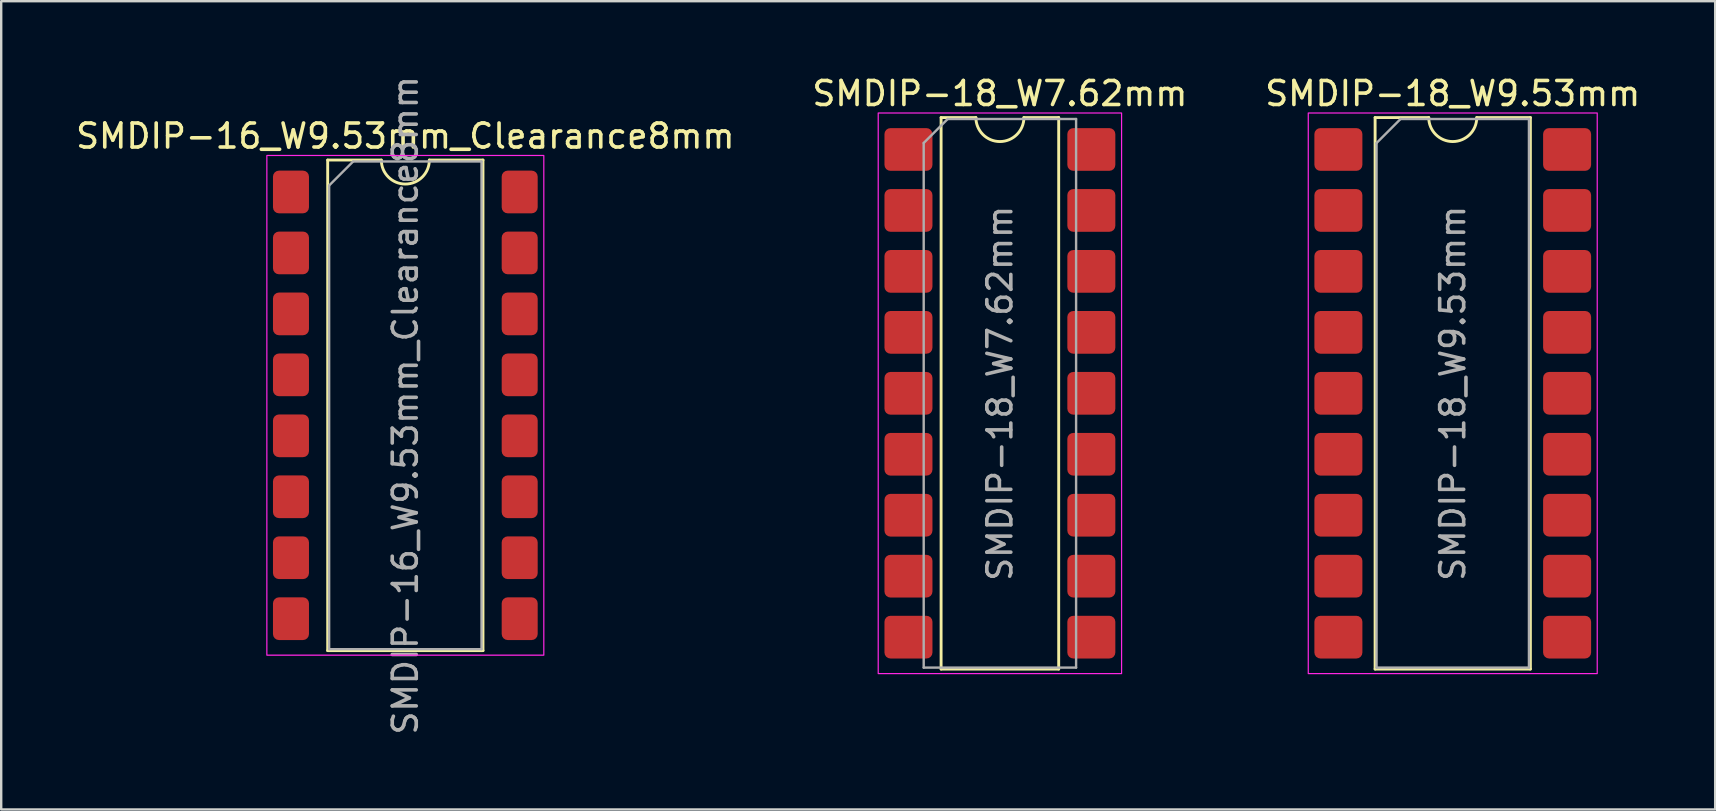
<source format=kicad_pcb>
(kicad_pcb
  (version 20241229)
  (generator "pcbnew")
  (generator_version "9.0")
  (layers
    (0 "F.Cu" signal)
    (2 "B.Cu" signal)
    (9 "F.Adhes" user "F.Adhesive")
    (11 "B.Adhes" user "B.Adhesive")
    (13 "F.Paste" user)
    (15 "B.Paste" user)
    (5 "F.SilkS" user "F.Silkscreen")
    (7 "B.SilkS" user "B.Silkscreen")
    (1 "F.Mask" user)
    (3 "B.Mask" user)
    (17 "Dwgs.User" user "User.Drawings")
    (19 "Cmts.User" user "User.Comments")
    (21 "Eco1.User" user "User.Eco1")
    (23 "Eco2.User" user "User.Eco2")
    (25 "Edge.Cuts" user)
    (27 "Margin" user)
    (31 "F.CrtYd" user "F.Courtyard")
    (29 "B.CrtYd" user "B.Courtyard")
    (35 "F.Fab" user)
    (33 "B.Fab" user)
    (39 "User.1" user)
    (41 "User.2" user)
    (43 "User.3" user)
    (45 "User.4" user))
  (footprint "SMDIP-16_W9.53mm_Clearance8mm"
    (layer "F.Cu")
    (at 13.839 13.839)
    (property "Reference" "SMDIP-16_W9.53mm_Clearance8mm" (at 0 -11.22 0) (layer "F.SilkS") (effects (font (size 1 1) (thickness 0.15))))
    (attr smd)
    (fp_line (start -3.235 -10.22) (end -3.235 10.22) (stroke (width 0.12) (type solid)) (layer "F.SilkS"))
    (fp_line (start -3.235 10.22) (end 3.235 10.22) (stroke (width 0.12) (type solid)) (layer "F.SilkS"))
    (fp_line (start -1 -10.22) (end -3.235 -10.22) (stroke (width 0.12) (type solid)) (layer "F.SilkS"))
    (fp_line (start 3.235 -10.22) (end 1 -10.22) (stroke (width 0.12) (type solid)) (layer "F.SilkS"))
    (fp_line (start 3.235 10.22) (end 3.235 -10.22) (stroke (width 0.12) (type solid)) (layer "F.SilkS"))
    (fp_arc (start 1 -10.22) (mid 0 -9.22) (end -1 -10.22) (stroke (width 0.12) (type solid)) (layer "F.SilkS"))
    (fp_rect (start -5.77 -10.41) (end 5.77 10.41) (stroke (width 0.05) (type solid)) (fill no) (layer "F.CrtYd"))
    (fp_line (start -3.175 -9.16) (end -2.175 -10.16) (stroke (width 0.1) (type solid)) (layer "F.Fab"))
    (fp_line (start -3.175 10.16) (end -3.175 -9.16) (stroke (width 0.1) (type solid)) (layer "F.Fab"))
    (fp_line (start -2.175 -10.16) (end 3.175 -10.16) (stroke (width 0.1) (type solid)) (layer "F.Fab"))
    (fp_line (start 3.175 -10.16) (end 3.175 10.16) (stroke (width 0.1) (type solid)) (layer "F.Fab"))
    (fp_line (start 3.175 10.16) (end -3.175 10.16) (stroke (width 0.1) (type solid)) (layer "F.Fab"))
    (fp_text user "${REFERENCE}" (at 0 0 90) (layer "F.Fab") (effects (font (size 1 1) (thickness 0.15))))
    (pad "1" smd roundrect (at -4.765 -8.89) (size 1.5 1.78) (layers "F.Cu" "F.Mask" "F.Paste") (roundrect_rratio 0.167))
    (pad "2" smd roundrect (at -4.765 -6.35) (size 1.5 1.78) (layers "F.Cu" "F.Mask" "F.Paste") (roundrect_rratio 0.167))
    (pad "3" smd roundrect (at -4.765 -3.81) (size 1.5 1.78) (layers "F.Cu" "F.Mask" "F.Paste") (roundrect_rratio 0.167))
    (pad "4" smd roundrect (at -4.765 -1.27) (size 1.5 1.78) (layers "F.Cu" "F.Mask" "F.Paste") (roundrect_rratio 0.167))
    (pad "5" smd roundrect (at -4.765 1.27) (size 1.5 1.78) (layers "F.Cu" "F.Mask" "F.Paste") (roundrect_rratio 0.167))
    (pad "6" smd roundrect (at -4.765 3.81) (size 1.5 1.78) (layers "F.Cu" "F.Mask" "F.Paste") (roundrect_rratio 0.167))
    (pad "7" smd roundrect (at -4.765 6.35) (size 1.5 1.78) (layers "F.Cu" "F.Mask" "F.Paste") (roundrect_rratio 0.167))
    (pad "8" smd roundrect (at -4.765 8.89) (size 1.5 1.78) (layers "F.Cu" "F.Mask" "F.Paste") (roundrect_rratio 0.167))
    (pad "9" smd roundrect (at 4.765 8.89) (size 1.5 1.78) (layers "F.Cu" "F.Mask" "F.Paste") (roundrect_rratio 0.167))
    (pad "10" smd roundrect (at 4.765 6.35) (size 1.5 1.78) (layers "F.Cu" "F.Mask" "F.Paste") (roundrect_rratio 0.167))
    (pad "11" smd roundrect (at 4.765 3.81) (size 1.5 1.78) (layers "F.Cu" "F.Mask" "F.Paste") (roundrect_rratio 0.167))
    (pad "12" smd roundrect (at 4.765 1.27) (size 1.5 1.78) (layers "F.Cu" "F.Mask" "F.Paste") (roundrect_rratio 0.167))
    (pad "13" smd roundrect (at 4.765 -1.27) (size 1.5 1.78) (layers "F.Cu" "F.Mask" "F.Paste") (roundrect_rratio 0.167))
    (pad "14" smd roundrect (at 4.765 -3.81) (size 1.5 1.78) (layers "F.Cu" "F.Mask" "F.Paste") (roundrect_rratio 0.167))
    (pad "15" smd roundrect (at 4.765 -6.35) (size 1.5 1.78) (layers "F.Cu" "F.Mask" "F.Paste") (roundrect_rratio 0.167))
    (pad "16" smd roundrect (at 4.765 -8.89) (size 1.5 1.78) (layers "F.Cu" "F.Mask" "F.Paste") (roundrect_rratio 0.167)))
  (footprint "SMDIP-18_W7.62mm"
    (layer "F.Cu")
    (at 38.613 13.338)
    (property "Reference" "SMDIP-18_W7.62mm" (at 0 -12.49 0) (layer "F.SilkS") (effects (font (size 1 1) (thickness 0.15))))
    (attr smd)
    (fp_line (start -2.45 -11.49) (end -2.45 11.49) (stroke (width 0.12) (type solid)) (layer "F.SilkS"))
    (fp_line (start -2.45 11.49) (end 2.45 11.49) (stroke (width 0.12) (type solid)) (layer "F.SilkS"))
    (fp_line (start -1 -11.49) (end -2.45 -11.49) (stroke (width 0.12) (type solid)) (layer "F.SilkS"))
    (fp_line (start 2.45 -11.49) (end 1 -11.49) (stroke (width 0.12) (type solid)) (layer "F.SilkS"))
    (fp_line (start 2.45 11.49) (end 2.45 -11.49) (stroke (width 0.12) (type solid)) (layer "F.SilkS"))
    (fp_arc (start 1 -11.49) (mid 0 -10.49) (end -1 -11.49) (stroke (width 0.12) (type solid)) (layer "F.SilkS"))
    (fp_rect (start -5.07 -11.68) (end 5.07 11.68) (stroke (width 0.05) (type solid)) (fill no) (layer "F.CrtYd"))
    (fp_line (start -3.175 -10.43) (end -2.175 -11.43) (stroke (width 0.1) (type solid)) (layer "F.Fab"))
    (fp_line (start -3.175 11.43) (end -3.175 -10.43) (stroke (width 0.1) (type solid)) (layer "F.Fab"))
    (fp_line (start -2.175 -11.43) (end 3.175 -11.43) (stroke (width 0.1) (type solid)) (layer "F.Fab"))
    (fp_line (start 3.175 -11.43) (end 3.175 11.43) (stroke (width 0.1) (type solid)) (layer "F.Fab"))
    (fp_line (start 3.175 11.43) (end -3.175 11.43) (stroke (width 0.1) (type solid)) (layer "F.Fab"))
    (fp_text user "${REFERENCE}" (at 0 0 90) (layer "F.Fab") (effects (font (size 1 1) (thickness 0.15))))
    (pad "1" smd roundrect (at -3.81 -10.16) (size 2 1.78) (layers "F.Cu" "F.Mask" "F.Paste") (roundrect_rratio 0.14))
    (pad "2" smd roundrect (at -3.81 -7.62) (size 2 1.78) (layers "F.Cu" "F.Mask" "F.Paste") (roundrect_rratio 0.14))
    (pad "3" smd roundrect (at -3.81 -5.08) (size 2 1.78) (layers "F.Cu" "F.Mask" "F.Paste") (roundrect_rratio 0.14))
    (pad "4" smd roundrect (at -3.81 -2.54) (size 2 1.78) (layers "F.Cu" "F.Mask" "F.Paste") (roundrect_rratio 0.14))
    (pad "5" smd roundrect (at -3.81 0) (size 2 1.78) (layers "F.Cu" "F.Mask" "F.Paste") (roundrect_rratio 0.14))
    (pad "6" smd roundrect (at -3.81 2.54) (size 2 1.78) (layers "F.Cu" "F.Mask" "F.Paste") (roundrect_rratio 0.14))
    (pad "7" smd roundrect (at -3.81 5.08) (size 2 1.78) (layers "F.Cu" "F.Mask" "F.Paste") (roundrect_rratio 0.14))
    (pad "8" smd roundrect (at -3.81 7.62) (size 2 1.78) (layers "F.Cu" "F.Mask" "F.Paste") (roundrect_rratio 0.14))
    (pad "9" smd roundrect (at -3.81 10.16) (size 2 1.78) (layers "F.Cu" "F.Mask" "F.Paste") (roundrect_rratio 0.14))
    (pad "10" smd roundrect (at 3.81 10.16) (size 2 1.78) (layers "F.Cu" "F.Mask" "F.Paste") (roundrect_rratio 0.14))
    (pad "11" smd roundrect (at 3.81 7.62) (size 2 1.78) (layers "F.Cu" "F.Mask" "F.Paste") (roundrect_rratio 0.14))
    (pad "12" smd roundrect (at 3.81 5.08) (size 2 1.78) (layers "F.Cu" "F.Mask" "F.Paste") (roundrect_rratio 0.14))
    (pad "13" smd roundrect (at 3.81 2.54) (size 2 1.78) (layers "F.Cu" "F.Mask" "F.Paste") (roundrect_rratio 0.14))
    (pad "14" smd roundrect (at 3.81 0) (size 2 1.78) (layers "F.Cu" "F.Mask" "F.Paste") (roundrect_rratio 0.14))
    (pad "15" smd roundrect (at 3.81 -2.54) (size 2 1.78) (layers "F.Cu" "F.Mask" "F.Paste") (roundrect_rratio 0.14))
    (pad "16" smd roundrect (at 3.81 -5.08) (size 2 1.78) (layers "F.Cu" "F.Mask" "F.Paste") (roundrect_rratio 0.14))
    (pad "17" smd roundrect (at 3.81 -7.62) (size 2 1.78) (layers "F.Cu" "F.Mask" "F.Paste") (roundrect_rratio 0.14))
    (pad "18" smd roundrect (at 3.81 -10.16) (size 2 1.78) (layers "F.Cu" "F.Mask" "F.Paste") (roundrect_rratio 0.14)))
  (footprint "SMDIP-18_W9.53mm"
    (layer "F.Cu")
    (at 57.482 13.338)
    (property "Reference" "SMDIP-18_W9.53mm" (at 0 -12.49 0) (layer "F.SilkS") (effects (font (size 1 1) (thickness 0.15))))
    (attr smd)
    (fp_line (start -3.235 -11.49) (end -3.235 11.49) (stroke (width 0.12) (type solid)) (layer "F.SilkS"))
    (fp_line (start -3.235 11.49) (end 3.235 11.49) (stroke (width 0.12) (type solid)) (layer "F.SilkS"))
    (fp_line (start -1 -11.49) (end -3.235 -11.49) (stroke (width 0.12) (type solid)) (layer "F.SilkS"))
    (fp_line (start 3.235 -11.49) (end 1 -11.49) (stroke (width 0.12) (type solid)) (layer "F.SilkS"))
    (fp_line (start 3.235 11.49) (end 3.235 -11.49) (stroke (width 0.12) (type solid)) (layer "F.SilkS"))
    (fp_arc (start 1 -11.49) (mid 0 -10.49) (end -1 -11.49) (stroke (width 0.12) (type solid)) (layer "F.SilkS"))
    (fp_rect (start -6.02 -11.68) (end 6.02 11.68) (stroke (width 0.05) (type solid)) (fill no) (layer "F.CrtYd"))
    (fp_line (start -3.175 -10.43) (end -2.175 -11.43) (stroke (width 0.1) (type solid)) (layer "F.Fab"))
    (fp_line (start -3.175 11.43) (end -3.175 -10.43) (stroke (width 0.1) (type solid)) (layer "F.Fab"))
    (fp_line (start -2.175 -11.43) (end 3.175 -11.43) (stroke (width 0.1) (type solid)) (layer "F.Fab"))
    (fp_line (start 3.175 -11.43) (end 3.175 11.43) (stroke (width 0.1) (type solid)) (layer "F.Fab"))
    (fp_line (start 3.175 11.43) (end -3.175 11.43) (stroke (width 0.1) (type solid)) (layer "F.Fab"))
    (fp_text user "${REFERENCE}" (at 0 0 90) (layer "F.Fab") (effects (font (size 1 1) (thickness 0.15))))
    (pad "1" smd roundrect (at -4.765 -10.16) (size 2 1.78) (layers "F.Cu" "F.Mask" "F.Paste") (roundrect_rratio 0.14))
    (pad "2" smd roundrect (at -4.765 -7.62) (size 2 1.78) (layers "F.Cu" "F.Mask" "F.Paste") (roundrect_rratio 0.14))
    (pad "3" smd roundrect (at -4.765 -5.08) (size 2 1.78) (layers "F.Cu" "F.Mask" "F.Paste") (roundrect_rratio 0.14))
    (pad "4" smd roundrect (at -4.765 -2.54) (size 2 1.78) (layers "F.Cu" "F.Mask" "F.Paste") (roundrect_rratio 0.14))
    (pad "5" smd roundrect (at -4.765 0) (size 2 1.78) (layers "F.Cu" "F.Mask" "F.Paste") (roundrect_rratio 0.14))
    (pad "6" smd roundrect (at -4.765 2.54) (size 2 1.78) (layers "F.Cu" "F.Mask" "F.Paste") (roundrect_rratio 0.14))
    (pad "7" smd roundrect (at -4.765 5.08) (size 2 1.78) (layers "F.Cu" "F.Mask" "F.Paste") (roundrect_rratio 0.14))
    (pad "8" smd roundrect (at -4.765 7.62) (size 2 1.78) (layers "F.Cu" "F.Mask" "F.Paste") (roundrect_rratio 0.14))
    (pad "9" smd roundrect (at -4.765 10.16) (size 2 1.78) (layers "F.Cu" "F.Mask" "F.Paste") (roundrect_rratio 0.14))
    (pad "10" smd roundrect (at 4.765 10.16) (size 2 1.78) (layers "F.Cu" "F.Mask" "F.Paste") (roundrect_rratio 0.14))
    (pad "11" smd roundrect (at 4.765 7.62) (size 2 1.78) (layers "F.Cu" "F.Mask" "F.Paste") (roundrect_rratio 0.14))
    (pad "12" smd roundrect (at 4.765 5.08) (size 2 1.78) (layers "F.Cu" "F.Mask" "F.Paste") (roundrect_rratio 0.14))
    (pad "13" smd roundrect (at 4.765 2.54) (size 2 1.78) (layers "F.Cu" "F.Mask" "F.Paste") (roundrect_rratio 0.14))
    (pad "14" smd roundrect (at 4.765 0) (size 2 1.78) (layers "F.Cu" "F.Mask" "F.Paste") (roundrect_rratio 0.14))
    (pad "15" smd roundrect (at 4.765 -2.54) (size 2 1.78) (layers "F.Cu" "F.Mask" "F.Paste") (roundrect_rratio 0.14))
    (pad "16" smd roundrect (at 4.765 -5.08) (size 2 1.78) (layers "F.Cu" "F.Mask" "F.Paste") (roundrect_rratio 0.14))
    (pad "17" smd roundrect (at 4.765 -7.62) (size 2 1.78) (layers "F.Cu" "F.Mask" "F.Paste") (roundrect_rratio 0.14))
    (pad "18" smd roundrect (at 4.765 -10.16) (size 2 1.78) (layers "F.Cu" "F.Mask" "F.Paste") (roundrect_rratio 0.14)))
  (gr_rect
    (start -3 -3)
    (end 68.417 30.679)
    (stroke (width 0.1) (type default))
    (fill no)
    (layer "Edge.Cuts")))
</source>
